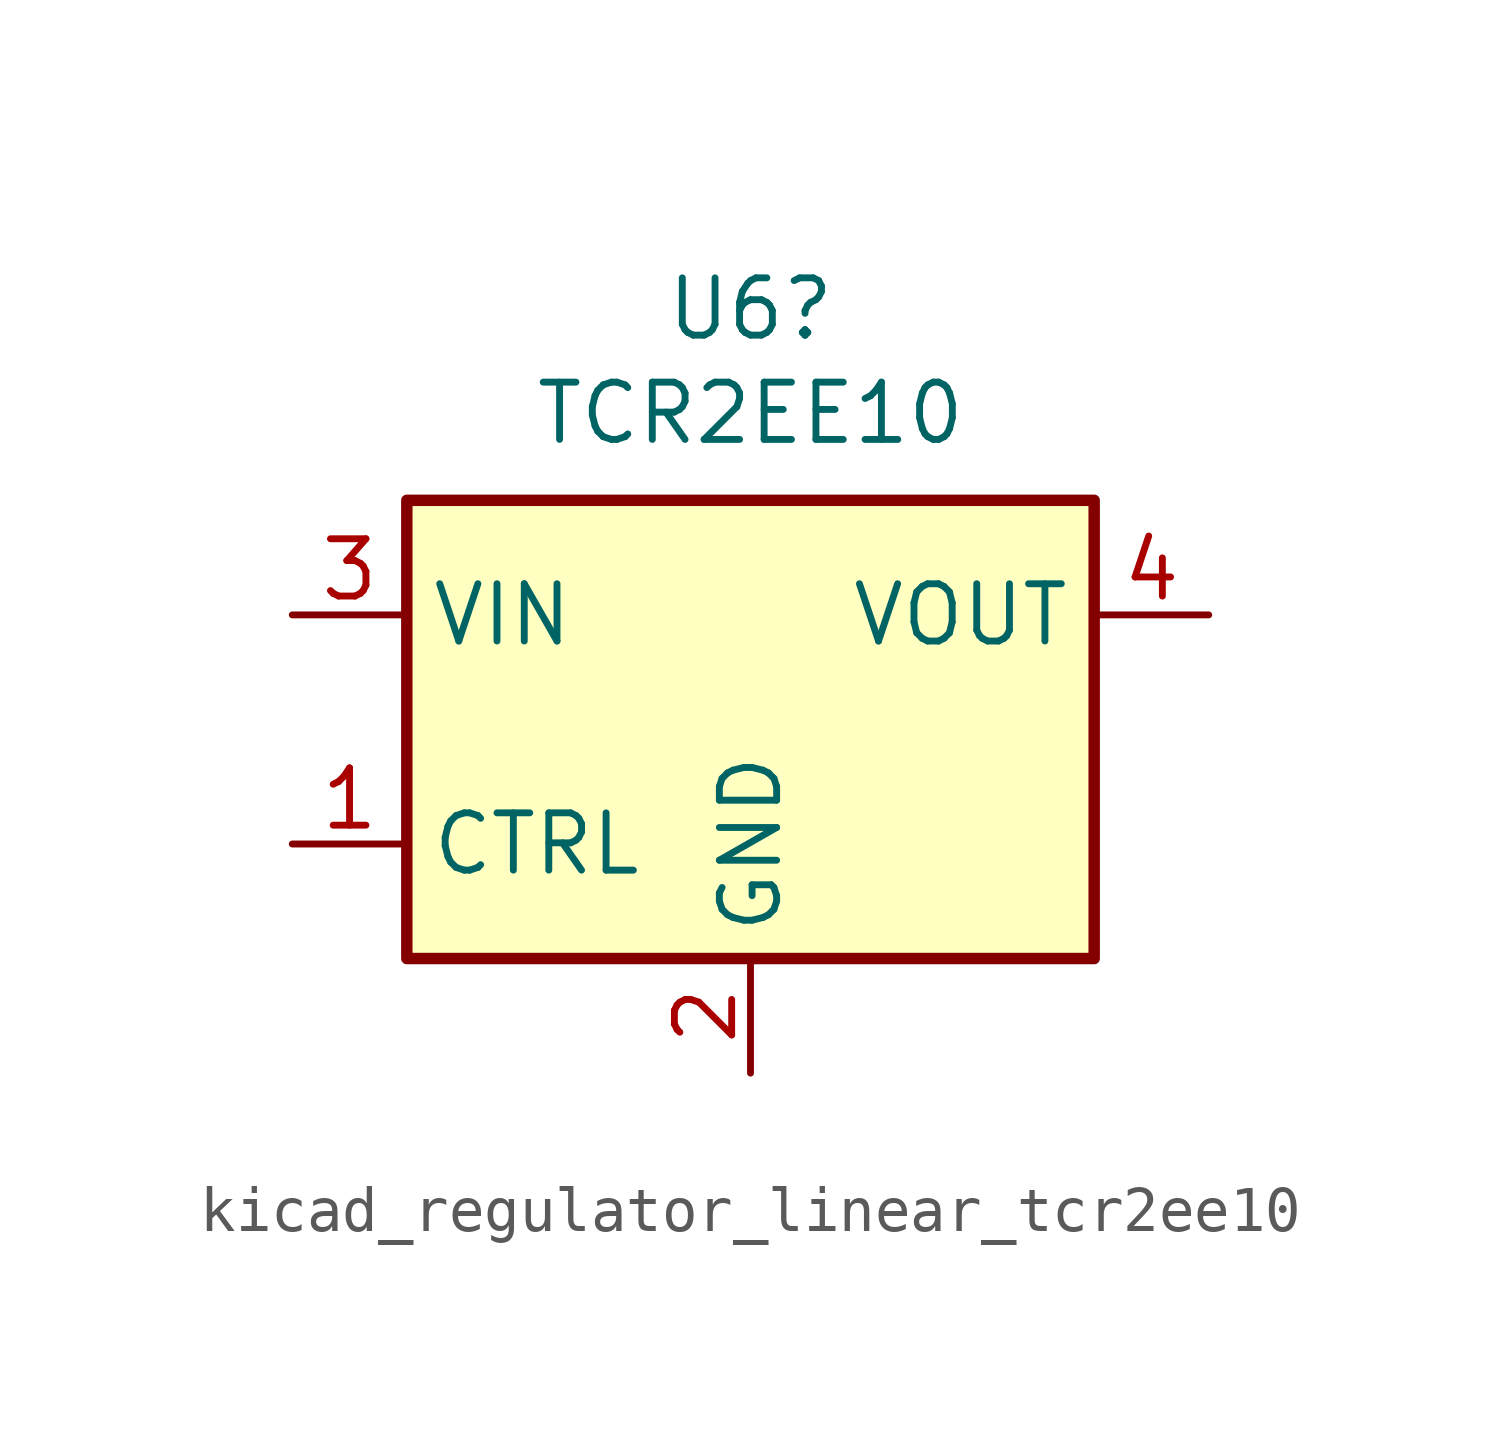
<source format=kicad_sym>
(kicad_symbol_lib
  (version 20220914)
  (generator kicad_symbol_editor)
  (symbol "kicad_regulator_linear_tcr2ee10"
    (property "Reference" "U6"
      (at 0 9.322 0)
      (effects (font (size 1.27 1.27))))
    (property "Value" "TCR2EE10"
      (at 0 7.01 0)
      (effects (font (size 1.27 1.27))))
    (symbol "kicad_regulator_linear_tcr2ee10_0_1"
      (rectangle (start -7.62 -5.08) (end 7.62 5.08) (stroke (width 0.254) (type default)) (fill (type background))))
    (symbol "kicad_regulator_linear_tcr2ee10_1_1"
      (pin input line (at -10.16 -2.54 0) (length 2.54) (name "CTRL" (effects (font (size 1.27 1.27)))) (number "1" (effects (font (size 1.27 1.27)))))
      (pin power_in line (at 0 -7.62 90) (length 2.54) (name "GND" (effects (font (size 1.27 1.27)))) (number "2" (effects (font (size 1.27 1.27)))))
      (pin power_in line (at -10.16 2.54 0) (length 2.54) (name "VIN" (effects (font (size 1.27 1.27)))) (number "3" (effects (font (size 1.27 1.27)))))
      (pin power_out line (at 10.16 2.54 180) (length 2.54) (name "VOUT" (effects (font (size 1.27 1.27)))) (number "4" (effects (font (size 1.27 1.27)))))
      (pin no_connect line (at 7.62 -2.54 180) (length 2.54) hide (name "NC" (effects (font (size 1.27 1.27)))) (number "5" (effects (font (size 1.27 1.27))))))))
</source>
